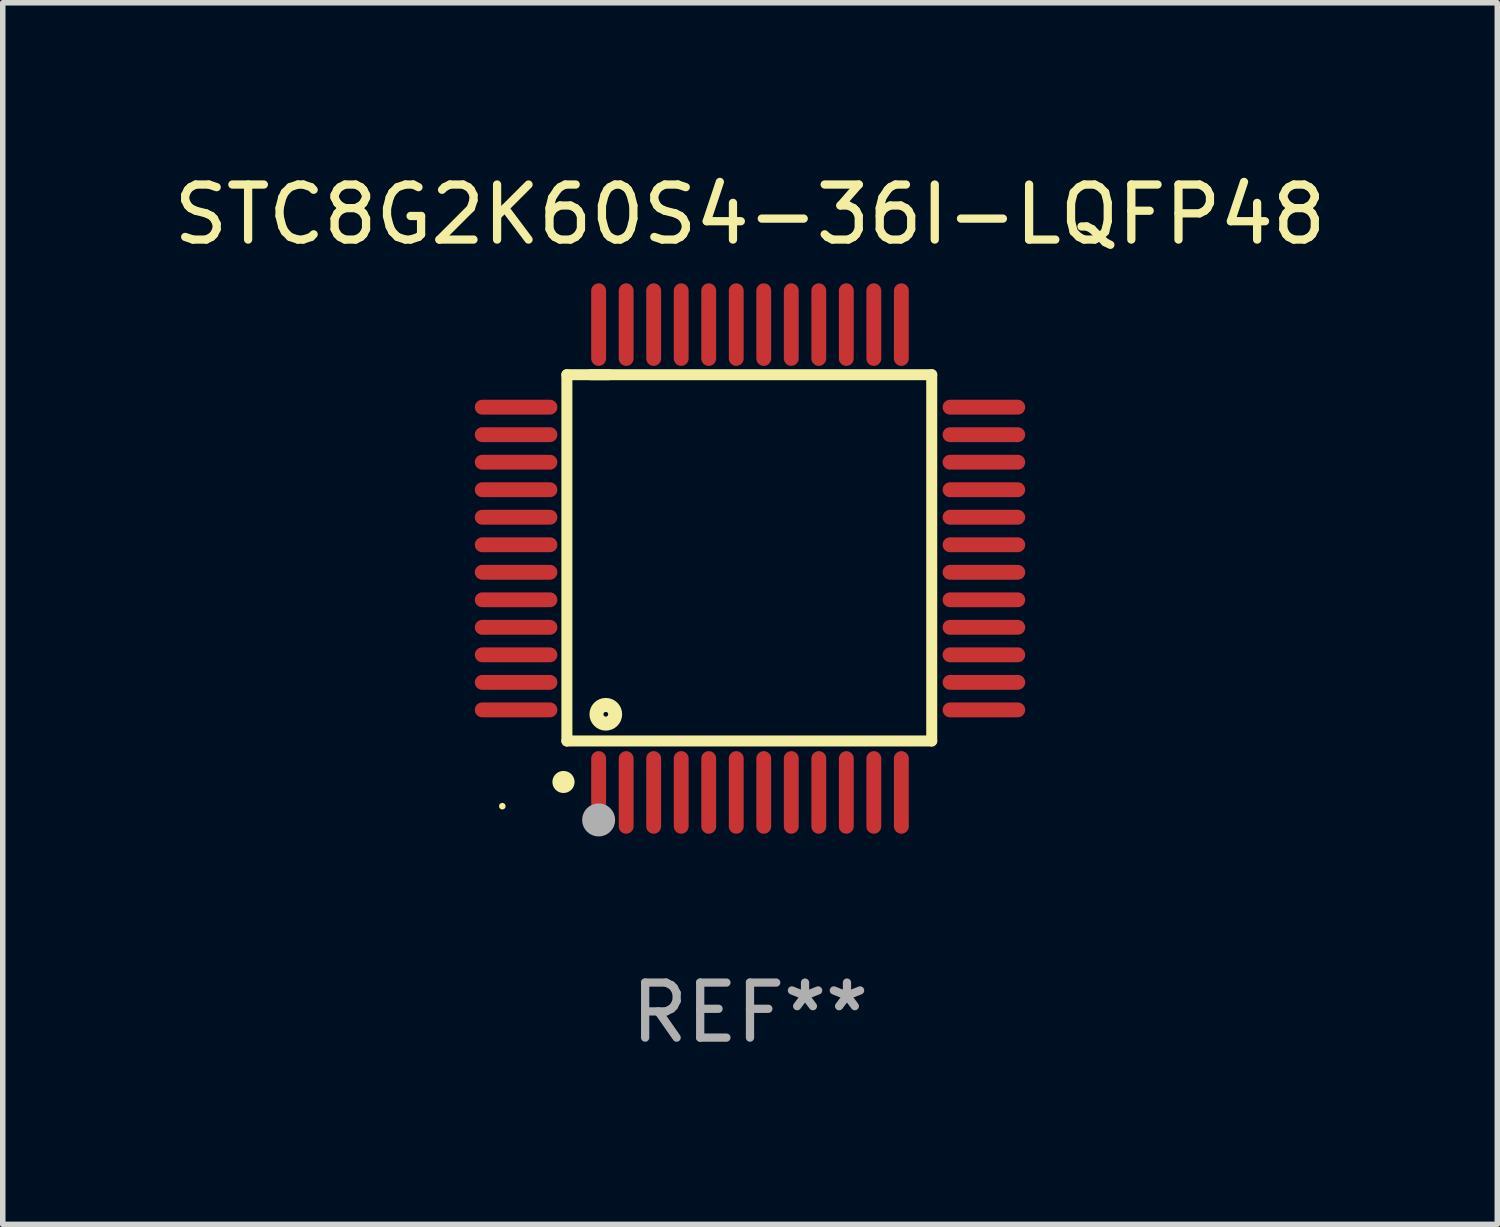
<source format=kicad_pcb>
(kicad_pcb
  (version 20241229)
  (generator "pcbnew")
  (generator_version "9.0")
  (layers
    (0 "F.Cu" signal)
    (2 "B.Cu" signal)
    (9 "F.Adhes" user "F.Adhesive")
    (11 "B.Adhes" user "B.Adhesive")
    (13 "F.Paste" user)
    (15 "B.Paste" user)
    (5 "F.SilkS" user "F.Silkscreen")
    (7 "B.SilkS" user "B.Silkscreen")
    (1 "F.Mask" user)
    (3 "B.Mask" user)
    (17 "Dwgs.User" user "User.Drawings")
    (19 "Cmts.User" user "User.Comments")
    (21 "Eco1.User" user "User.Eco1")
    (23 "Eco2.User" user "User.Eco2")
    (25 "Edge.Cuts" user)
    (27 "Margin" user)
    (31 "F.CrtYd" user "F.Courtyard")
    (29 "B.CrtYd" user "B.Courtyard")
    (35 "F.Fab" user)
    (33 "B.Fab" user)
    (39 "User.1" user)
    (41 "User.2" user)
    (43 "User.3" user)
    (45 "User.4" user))
  (footprint "STC8G2K60S4-36I-LQFP48"
    (layer "F.Cu")
    (at 10.577 7.098)
    (property "Reference" "STC8G2K60S4-36I-LQFP48" (at 0 -6.25 0) (layer "F.SilkS") (effects (font (size 1 1) (thickness 0.15))))
    (attr through_hole)
    (fp_line (start -3.327 -3.34) (end -2.565 -3.34) (stroke (width 0.2) (type solid)) (layer "F.SilkS"))
    (fp_line (start -3.327 3.315) (end -3.327 -3.34) (stroke (width 0.2) (type solid)) (layer "F.SilkS"))
    (fp_line (start -2.896 -3.34) (end 3.302 -3.34) (stroke (width 0.2) (type solid)) (layer "F.SilkS"))
    (fp_line (start 3.302 -3.34) (end 3.302 3.315) (stroke (width 0.2) (type solid)) (layer "F.SilkS"))
    (fp_line (start 3.302 3.315) (end -3.327 3.315) (stroke (width 0.2) (type solid)) (layer "F.SilkS"))
    (fp_arc (start -3.389992 4.059995) (mid -3.388722 4.059991) (end -3.387452 4.059995) (stroke (width 0.4) (type solid)) (layer "F.SilkS"))
    (fp_circle (center -4.5 4.5) (end -4.47 4.5) (stroke (width 0.06) (type solid)) (fill no) (layer "F.SilkS"))
    (fp_circle (center -2.62 2.83) (end -2.45 2.83) (stroke (width 0.254) (type solid)) (fill no) (layer "F.SilkS"))
    (fp_circle (center -2.75 4.75) (end -2.6 4.75) (stroke (width 0.3) (type solid)) (fill no) (layer "F.Fab"))
    (fp_text user "REF**" (at 0 8.25 0) (layer "F.Fab") (effects (font (size 1 1) (thickness 0.15))))
    (pad "1" smd oval (at -2.75 4.25) (size 0.27 1.5) (layers "F.Cu" "F.Mask" "F.Paste"))
    (pad "2" smd oval (at -2.25 4.25) (size 0.27 1.5) (layers "F.Cu" "F.Mask" "F.Paste"))
    (pad "3" smd oval (at -1.75 4.25) (size 0.27 1.5) (layers "F.Cu" "F.Mask" "F.Paste"))
    (pad "4" smd oval (at -1.25 4.25) (size 0.27 1.5) (layers "F.Cu" "F.Mask" "F.Paste"))
    (pad "5" smd oval (at -0.75 4.25) (size 0.27 1.5) (layers "F.Cu" "F.Mask" "F.Paste"))
    (pad "6" smd oval (at -0.25 4.25) (size 0.27 1.5) (layers "F.Cu" "F.Mask" "F.Paste"))
    (pad "7" smd oval (at 0.25 4.25) (size 0.27 1.5) (layers "F.Cu" "F.Mask" "F.Paste"))
    (pad "8" smd oval (at 0.75 4.25) (size 0.27 1.5) (layers "F.Cu" "F.Mask" "F.Paste"))
    (pad "9" smd oval (at 1.25 4.25) (size 0.27 1.5) (layers "F.Cu" "F.Mask" "F.Paste"))
    (pad "10" smd oval (at 1.75 4.25) (size 0.27 1.5) (layers "F.Cu" "F.Mask" "F.Paste"))
    (pad "11" smd oval (at 2.25 4.25) (size 0.27 1.5) (layers "F.Cu" "F.Mask" "F.Paste"))
    (pad "12" smd oval (at 2.75 4.25) (size 0.27 1.5) (layers "F.Cu" "F.Mask" "F.Paste"))
    (pad "13" smd oval (at 4.25 2.75) (size 1.5 0.27) (layers "F.Cu" "F.Mask" "F.Paste"))
    (pad "14" smd oval (at 4.25 2.25) (size 1.5 0.27) (layers "F.Cu" "F.Mask" "F.Paste"))
    (pad "15" smd oval (at 4.25 1.75) (size 1.5 0.27) (layers "F.Cu" "F.Mask" "F.Paste"))
    (pad "16" smd oval (at 4.25 1.25) (size 1.5 0.27) (layers "F.Cu" "F.Mask" "F.Paste"))
    (pad "17" smd oval (at 4.25 0.75) (size 1.5 0.27) (layers "F.Cu" "F.Mask" "F.Paste"))
    (pad "18" smd oval (at 4.25 0.25) (size 1.5 0.27) (layers "F.Cu" "F.Mask" "F.Paste"))
    (pad "19" smd oval (at 4.25 -0.25) (size 1.5 0.27) (layers "F.Cu" "F.Mask" "F.Paste"))
    (pad "20" smd oval (at 4.25 -0.75) (size 1.5 0.27) (layers "F.Cu" "F.Mask" "F.Paste"))
    (pad "21" smd oval (at 4.25 -1.25) (size 1.5 0.27) (layers "F.Cu" "F.Mask" "F.Paste"))
    (pad "22" smd oval (at 4.25 -1.75) (size 1.5 0.27) (layers "F.Cu" "F.Mask" "F.Paste"))
    (pad "23" smd oval (at 4.25 -2.25) (size 1.5 0.27) (layers "F.Cu" "F.Mask" "F.Paste"))
    (pad "24" smd oval (at 4.25 -2.75) (size 1.5 0.27) (layers "F.Cu" "F.Mask" "F.Paste"))
    (pad "25" smd oval (at 2.75 -4.25) (size 0.27 1.5) (layers "F.Cu" "F.Mask" "F.Paste"))
    (pad "26" smd oval (at 2.25 -4.25) (size 0.27 1.5) (layers "F.Cu" "F.Mask" "F.Paste"))
    (pad "27" smd oval (at 1.75 -4.25) (size 0.27 1.5) (layers "F.Cu" "F.Mask" "F.Paste"))
    (pad "28" smd oval (at 1.25 -4.25) (size 0.27 1.5) (layers "F.Cu" "F.Mask" "F.Paste"))
    (pad "29" smd oval (at 0.75 -4.25) (size 0.27 1.5) (layers "F.Cu" "F.Mask" "F.Paste"))
    (pad "30" smd oval (at 0.25 -4.25) (size 0.27 1.5) (layers "F.Cu" "F.Mask" "F.Paste"))
    (pad "31" smd oval (at -0.25 -4.25) (size 0.27 1.5) (layers "F.Cu" "F.Mask" "F.Paste"))
    (pad "32" smd oval (at -0.75 -4.25) (size 0.27 1.5) (layers "F.Cu" "F.Mask" "F.Paste"))
    (pad "33" smd oval (at -1.25 -4.25) (size 0.27 1.5) (layers "F.Cu" "F.Mask" "F.Paste"))
    (pad "34" smd oval (at -1.75 -4.25) (size 0.27 1.5) (layers "F.Cu" "F.Mask" "F.Paste"))
    (pad "35" smd oval (at -2.25 -4.25) (size 0.27 1.5) (layers "F.Cu" "F.Mask" "F.Paste"))
    (pad "36" smd oval (at -2.75 -4.25) (size 0.27 1.5) (layers "F.Cu" "F.Mask" "F.Paste"))
    (pad "37" smd oval (at -4.25 -2.75) (size 1.5 0.27) (layers "F.Cu" "F.Mask" "F.Paste"))
    (pad "38" smd oval (at -4.25 -2.25) (size 1.5 0.27) (layers "F.Cu" "F.Mask" "F.Paste"))
    (pad "39" smd oval (at -4.25 -1.75) (size 1.5 0.27) (layers "F.Cu" "F.Mask" "F.Paste"))
    (pad "40" smd oval (at -4.25 -1.25) (size 1.5 0.27) (layers "F.Cu" "F.Mask" "F.Paste"))
    (pad "41" smd oval (at -4.25 -0.75) (size 1.5 0.27) (layers "F.Cu" "F.Mask" "F.Paste"))
    (pad "42" smd oval (at -4.25 -0.25) (size 1.5 0.27) (layers "F.Cu" "F.Mask" "F.Paste"))
    (pad "43" smd oval (at -4.25 0.25) (size 1.5 0.27) (layers "F.Cu" "F.Mask" "F.Paste"))
    (pad "44" smd oval (at -4.25 0.75) (size 1.5 0.27) (layers "F.Cu" "F.Mask" "F.Paste"))
    (pad "45" smd oval (at -4.25 1.25) (size 1.5 0.27) (layers "F.Cu" "F.Mask" "F.Paste"))
    (pad "46" smd oval (at -4.25 1.75) (size 1.5 0.27) (layers "F.Cu" "F.Mask" "F.Paste"))
    (pad "47" smd oval (at -4.25 2.25) (size 1.5 0.27) (layers "F.Cu" "F.Mask" "F.Paste"))
    (pad "48" smd oval (at -4.25 2.75) (size 1.5 0.27) (layers "F.Cu" "F.Mask" "F.Paste")))
  (gr_rect
    (start -3 -3)
    (end 24.155 19.196)
    (stroke (width 0.1) (type default))
    (fill no)
    (layer "Edge.Cuts")))
</source>
